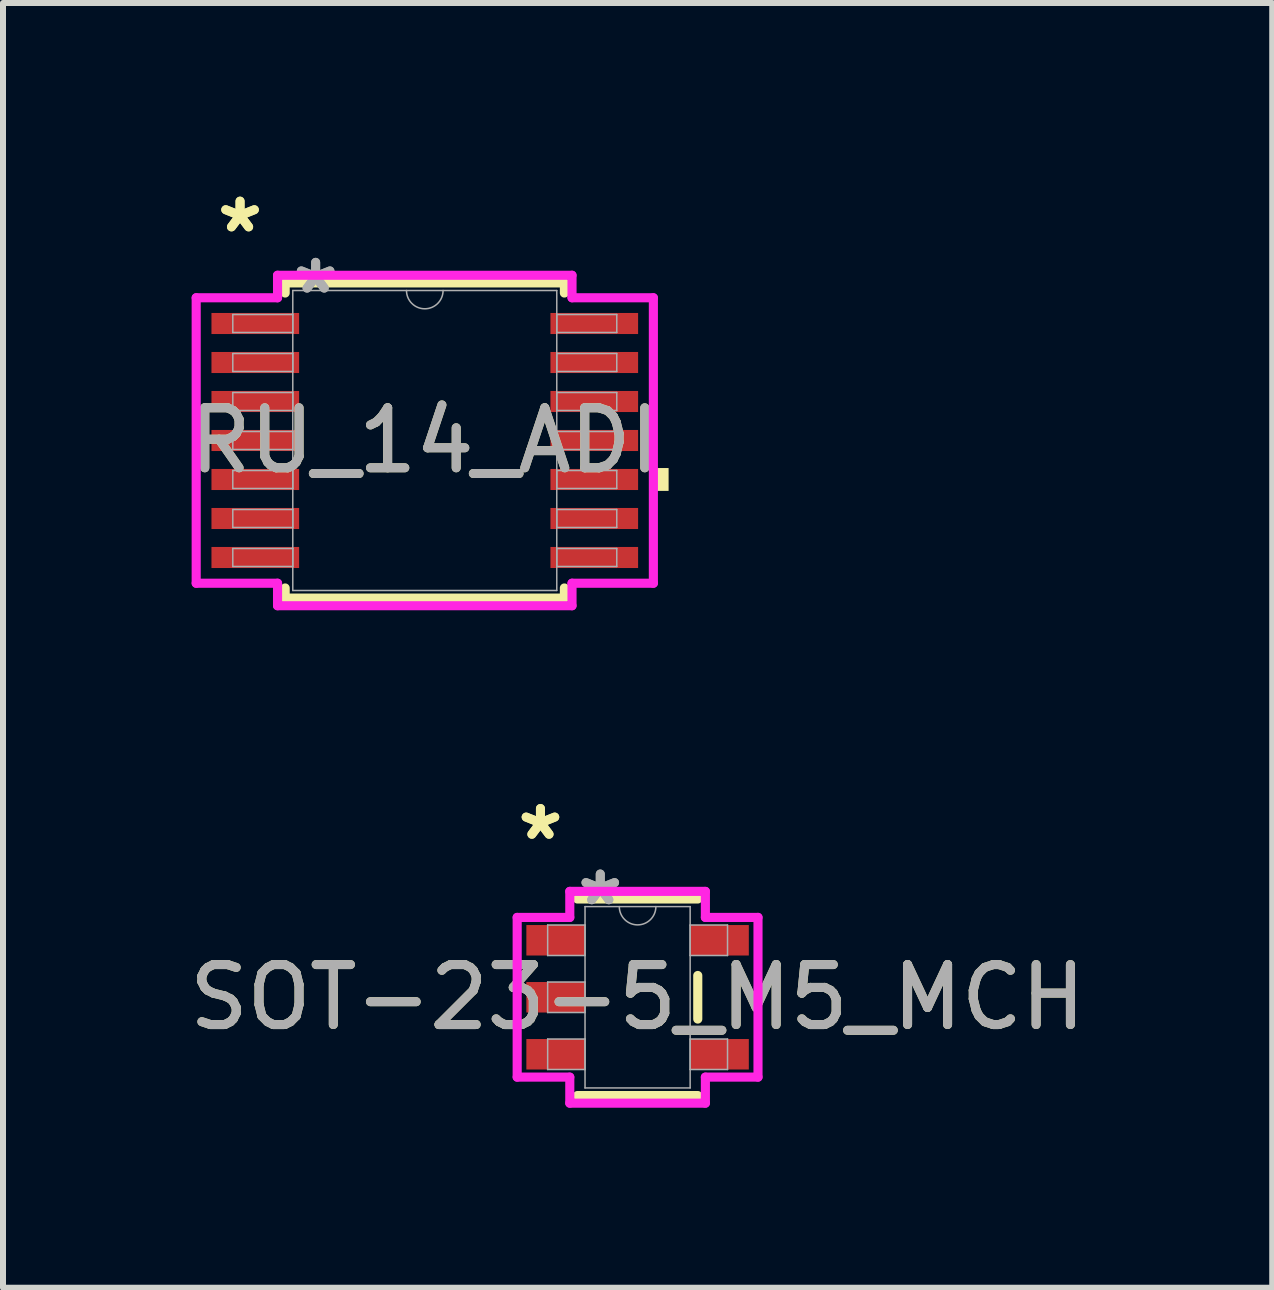
<source format=kicad_pcb>
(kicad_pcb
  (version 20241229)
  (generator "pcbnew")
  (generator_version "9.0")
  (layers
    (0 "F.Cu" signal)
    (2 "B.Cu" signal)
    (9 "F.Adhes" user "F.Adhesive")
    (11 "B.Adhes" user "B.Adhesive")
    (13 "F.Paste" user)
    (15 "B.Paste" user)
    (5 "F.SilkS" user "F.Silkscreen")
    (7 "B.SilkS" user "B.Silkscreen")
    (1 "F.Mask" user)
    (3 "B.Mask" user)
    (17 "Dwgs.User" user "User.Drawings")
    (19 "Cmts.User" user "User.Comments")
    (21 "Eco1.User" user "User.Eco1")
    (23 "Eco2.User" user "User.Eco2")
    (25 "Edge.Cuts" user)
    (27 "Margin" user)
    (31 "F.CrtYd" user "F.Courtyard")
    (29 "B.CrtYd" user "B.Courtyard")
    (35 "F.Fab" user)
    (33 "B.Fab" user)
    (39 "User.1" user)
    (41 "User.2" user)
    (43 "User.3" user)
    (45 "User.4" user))
  (footprint "SOT-23-5_M5_MCH"
    (layer "F.Cu")
    (at 7.577 13.572)
    (property "Reference" "SOT-23-5_M5_MCH" (at 0 0 0) (unlocked yes) (layer "F.SilkS") (effects (font (size 1 1) (thickness 0.15))))
    (attr smd)
    (fp_line (start -1.003 1.638) (end 1.003 1.638) (stroke (width 0.152) (type solid)) (layer "F.SilkS"))
    (fp_line (start 1.003 -1.638) (end -1.003 -1.638) (stroke (width 0.152) (type solid)) (layer "F.SilkS"))
    (fp_line (start 1.003 0.363) (end 1.003 -0.363) (stroke (width 0.152) (type solid)) (layer "F.SilkS"))
    (fp_line (start -2.007 -1.331) (end -1.13 -1.331) (stroke (width 0.152) (type solid)) (layer "F.CrtYd"))
    (fp_line (start -2.007 1.331) (end -2.007 -1.331) (stroke (width 0.152) (type solid)) (layer "F.CrtYd"))
    (fp_line (start -1.13 -1.765) (end 1.13 -1.765) (stroke (width 0.152) (type solid)) (layer "F.CrtYd"))
    (fp_line (start -1.13 -1.331) (end -1.13 -1.765) (stroke (width 0.152) (type solid)) (layer "F.CrtYd"))
    (fp_line (start -1.13 1.331) (end -2.007 1.331) (stroke (width 0.152) (type solid)) (layer "F.CrtYd"))
    (fp_line (start -1.13 1.765) (end -1.13 1.331) (stroke (width 0.152) (type solid)) (layer "F.CrtYd"))
    (fp_line (start 1.13 -1.765) (end 1.13 -1.331) (stroke (width 0.152) (type solid)) (layer "F.CrtYd"))
    (fp_line (start 1.13 -1.331) (end 2.007 -1.331) (stroke (width 0.152) (type solid)) (layer "F.CrtYd"))
    (fp_line (start 1.13 1.331) (end 1.13 1.765) (stroke (width 0.152) (type solid)) (layer "F.CrtYd"))
    (fp_line (start 1.13 1.765) (end -1.13 1.765) (stroke (width 0.152) (type solid)) (layer "F.CrtYd"))
    (fp_line (start 2.007 -1.331) (end 2.007 1.331) (stroke (width 0.152) (type solid)) (layer "F.CrtYd"))
    (fp_line (start 2.007 1.331) (end 1.13 1.331) (stroke (width 0.152) (type solid)) (layer "F.CrtYd"))
    (fp_line (start -1.499 -1.204) (end -1.499 -0.696) (stroke (width 0.025) (type solid)) (layer "F.Fab"))
    (fp_line (start -1.499 -0.696) (end -0.876 -0.696) (stroke (width 0.025) (type solid)) (layer "F.Fab"))
    (fp_line (start -1.499 -0.254) (end -1.499 0.254) (stroke (width 0.025) (type solid)) (layer "F.Fab"))
    (fp_line (start -1.499 0.254) (end -0.876 0.254) (stroke (width 0.025) (type solid)) (layer "F.Fab"))
    (fp_line (start -1.499 0.696) (end -1.499 1.204) (stroke (width 0.025) (type solid)) (layer "F.Fab"))
    (fp_line (start -1.499 1.204) (end -0.876 1.204) (stroke (width 0.025) (type solid)) (layer "F.Fab"))
    (fp_line (start -0.876 -1.511) (end -0.876 1.511) (stroke (width 0.025) (type solid)) (layer "F.Fab"))
    (fp_line (start -0.876 -1.204) (end -1.499 -1.204) (stroke (width 0.025) (type solid)) (layer "F.Fab"))
    (fp_line (start -0.876 -0.696) (end -0.876 -1.204) (stroke (width 0.025) (type solid)) (layer "F.Fab"))
    (fp_line (start -0.876 -0.254) (end -1.499 -0.254) (stroke (width 0.025) (type solid)) (layer "F.Fab"))
    (fp_line (start -0.876 0.254) (end -0.876 -0.254) (stroke (width 0.025) (type solid)) (layer "F.Fab"))
    (fp_line (start -0.876 0.696) (end -1.499 0.696) (stroke (width 0.025) (type solid)) (layer "F.Fab"))
    (fp_line (start -0.876 1.204) (end -0.876 0.696) (stroke (width 0.025) (type solid)) (layer "F.Fab"))
    (fp_line (start -0.876 1.511) (end 0.876 1.511) (stroke (width 0.025) (type solid)) (layer "F.Fab"))
    (fp_line (start 0.876 -1.511) (end -0.876 -1.511) (stroke (width 0.025) (type solid)) (layer "F.Fab"))
    (fp_line (start 0.876 -1.204) (end 0.876 -0.696) (stroke (width 0.025) (type solid)) (layer "F.Fab"))
    (fp_line (start 0.876 -0.696) (end 1.499 -0.696) (stroke (width 0.025) (type solid)) (layer "F.Fab"))
    (fp_line (start 0.876 0.696) (end 0.876 1.204) (stroke (width 0.025) (type solid)) (layer "F.Fab"))
    (fp_line (start 0.876 1.204) (end 1.499 1.204) (stroke (width 0.025) (type solid)) (layer "F.Fab"))
    (fp_line (start 0.876 1.511) (end 0.876 -1.511) (stroke (width 0.025) (type solid)) (layer "F.Fab"))
    (fp_line (start 1.499 -1.204) (end 0.876 -1.204) (stroke (width 0.025) (type solid)) (layer "F.Fab"))
    (fp_line (start 1.499 -0.696) (end 1.499 -1.204) (stroke (width 0.025) (type solid)) (layer "F.Fab"))
    (fp_line (start 1.499 0.696) (end 0.876 0.696) (stroke (width 0.025) (type solid)) (layer "F.Fab"))
    (fp_line (start 1.499 1.204) (end 1.499 0.696) (stroke (width 0.025) (type solid)) (layer "F.Fab"))
    (fp_arc (start 0.3048 -1.5113) (mid 0 -1.2065) (end -0.3048 -1.5113) (stroke (width 0.0254) (type solid)) (layer "F.Fab"))
    (fp_text user "*" (at -1.619 -2.601 0) (unlocked yes) (layer "F.SilkS") (effects (font (size 1 1) (thickness 0.15))))
    (fp_text user "*" (at -1.619 -2.601 0) (layer "F.SilkS") (effects (font (size 1 1) (thickness 0.15))))
    (fp_text user "*" (at -0.622 -1.509 0) (layer "F.Fab") (effects (font (size 1 1) (thickness 0.15))))
    (fp_text user "*" (at -0.622 -1.509 0) (unlocked yes) (layer "F.Fab") (effects (font (size 1 1) (thickness 0.15))))
    (fp_text user "${REFERENCE}" (at 0 0 0) (unlocked yes) (layer "F.Fab") (effects (font (size 1 1) (thickness 0.15))))
    (pad "1" smd rect (at -1.365 -0.95) (size 0.978 0.508) (layers "F.Cu" "F.Mask" "F.Paste"))
    (pad "2" smd rect (at -1.365 0) (size 0.978 0.508) (layers "F.Cu" "F.Mask" "F.Paste"))
    (pad "3" smd rect (at -1.365 0.95) (size 0.978 0.508) (layers "F.Cu" "F.Mask" "F.Paste"))
    (pad "4" smd rect (at 1.365 0.95) (size 0.978 0.508) (layers "F.Cu" "F.Mask" "F.Paste"))
    (pad "5" smd rect (at 1.365 -0.95) (size 0.978 0.508) (layers "F.Cu" "F.Mask" "F.Paste")))
  (footprint "RU_14_ADI"
    (layer "F.Cu")
    (at 4.03 4.292)
    (property "Reference" "RU_14_ADI" (at 0 0 0) (unlocked yes) (layer "F.SilkS") (effects (font (size 1 1) (thickness 0.15))))
    (attr smd)
    (fp_line (start -2.327 -2.627) (end -2.327 -2.458) (stroke (width 0.152) (type solid)) (layer "F.SilkS"))
    (fp_line (start -2.327 2.458) (end -2.327 2.627) (stroke (width 0.152) (type solid)) (layer "F.SilkS"))
    (fp_line (start -2.327 2.627) (end 2.327 2.627) (stroke (width 0.152) (type solid)) (layer "F.SilkS"))
    (fp_line (start 2.327 -2.627) (end -2.327 -2.627) (stroke (width 0.152) (type solid)) (layer "F.SilkS"))
    (fp_line (start 2.327 -2.458) (end 2.327 -2.627) (stroke (width 0.152) (type solid)) (layer "F.SilkS"))
    (fp_line (start 2.327 2.627) (end 2.327 2.458) (stroke (width 0.152) (type solid)) (layer "F.SilkS"))
    (fp_poly (pts (xy 4.064 0.459) (xy 4.064 0.84) (xy 3.81 0.84) (xy 3.81 0.459)) (stroke (width 0) (type solid)) (fill yes) (layer "F.SilkS"))
    (fp_line (start -3.81 -2.379) (end -2.454 -2.379) (stroke (width 0.152) (type solid)) (layer "F.CrtYd"))
    (fp_line (start -3.81 2.379) (end -3.81 -2.379) (stroke (width 0.152) (type solid)) (layer "F.CrtYd"))
    (fp_line (start -3.81 2.379) (end -2.454 2.379) (stroke (width 0.152) (type solid)) (layer "F.CrtYd"))
    (fp_line (start -2.454 -2.754) (end 2.454 -2.754) (stroke (width 0.152) (type solid)) (layer "F.CrtYd"))
    (fp_line (start -2.454 -2.379) (end -2.454 -2.754) (stroke (width 0.152) (type solid)) (layer "F.CrtYd"))
    (fp_line (start -2.454 2.754) (end -2.454 2.379) (stroke (width 0.152) (type solid)) (layer "F.CrtYd"))
    (fp_line (start 2.454 -2.754) (end 2.454 -2.379) (stroke (width 0.152) (type solid)) (layer "F.CrtYd"))
    (fp_line (start 2.454 2.379) (end 2.454 2.754) (stroke (width 0.152) (type solid)) (layer "F.CrtYd"))
    (fp_line (start 2.454 2.754) (end -2.454 2.754) (stroke (width 0.152) (type solid)) (layer "F.CrtYd"))
    (fp_line (start 3.81 -2.379) (end 2.454 -2.379) (stroke (width 0.152) (type solid)) (layer "F.CrtYd"))
    (fp_line (start 3.81 -2.379) (end 3.81 2.379) (stroke (width 0.152) (type solid)) (layer "F.CrtYd"))
    (fp_line (start 3.81 2.379) (end 2.454 2.379) (stroke (width 0.152) (type solid)) (layer "F.CrtYd"))
    (fp_line (start -3.2 -2.1) (end -3.2 -1.8) (stroke (width 0.025) (type solid)) (layer "F.Fab"))
    (fp_line (start -3.2 -1.8) (end -2.2 -1.8) (stroke (width 0.025) (type solid)) (layer "F.Fab"))
    (fp_line (start -3.2 -1.45) (end -3.2 -1.15) (stroke (width 0.025) (type solid)) (layer "F.Fab"))
    (fp_line (start -3.2 -1.15) (end -2.2 -1.15) (stroke (width 0.025) (type solid)) (layer "F.Fab"))
    (fp_line (start -3.2 -0.8) (end -3.2 -0.5) (stroke (width 0.025) (type solid)) (layer "F.Fab"))
    (fp_line (start -3.2 -0.5) (end -2.2 -0.5) (stroke (width 0.025) (type solid)) (layer "F.Fab"))
    (fp_line (start -3.2 -0.15) (end -3.2 0.15) (stroke (width 0.025) (type solid)) (layer "F.Fab"))
    (fp_line (start -3.2 0.15) (end -2.2 0.15) (stroke (width 0.025) (type solid)) (layer "F.Fab"))
    (fp_line (start -3.2 0.5) (end -3.2 0.8) (stroke (width 0.025) (type solid)) (layer "F.Fab"))
    (fp_line (start -3.2 0.8) (end -2.2 0.8) (stroke (width 0.025) (type solid)) (layer "F.Fab"))
    (fp_line (start -3.2 1.15) (end -3.2 1.45) (stroke (width 0.025) (type solid)) (layer "F.Fab"))
    (fp_line (start -3.2 1.45) (end -2.2 1.45) (stroke (width 0.025) (type solid)) (layer "F.Fab"))
    (fp_line (start -3.2 1.8) (end -3.2 2.1) (stroke (width 0.025) (type solid)) (layer "F.Fab"))
    (fp_line (start -3.2 2.1) (end -2.2 2.1) (stroke (width 0.025) (type solid)) (layer "F.Fab"))
    (fp_line (start -2.2 -2.5) (end -2.2 2.5) (stroke (width 0.025) (type solid)) (layer "F.Fab"))
    (fp_line (start -2.2 -2.1) (end -3.2 -2.1) (stroke (width 0.025) (type solid)) (layer "F.Fab"))
    (fp_line (start -2.2 -1.8) (end -2.2 -2.1) (stroke (width 0.025) (type solid)) (layer "F.Fab"))
    (fp_line (start -2.2 -1.45) (end -3.2 -1.45) (stroke (width 0.025) (type solid)) (layer "F.Fab"))
    (fp_line (start -2.2 -1.15) (end -2.2 -1.45) (stroke (width 0.025) (type solid)) (layer "F.Fab"))
    (fp_line (start -2.2 -0.8) (end -3.2 -0.8) (stroke (width 0.025) (type solid)) (layer "F.Fab"))
    (fp_line (start -2.2 -0.5) (end -2.2 -0.8) (stroke (width 0.025) (type solid)) (layer "F.Fab"))
    (fp_line (start -2.2 -0.15) (end -3.2 -0.15) (stroke (width 0.025) (type solid)) (layer "F.Fab"))
    (fp_line (start -2.2 0.15) (end -2.2 -0.15) (stroke (width 0.025) (type solid)) (layer "F.Fab"))
    (fp_line (start -2.2 0.5) (end -3.2 0.5) (stroke (width 0.025) (type solid)) (layer "F.Fab"))
    (fp_line (start -2.2 0.8) (end -2.2 0.5) (stroke (width 0.025) (type solid)) (layer "F.Fab"))
    (fp_line (start -2.2 1.15) (end -3.2 1.15) (stroke (width 0.025) (type solid)) (layer "F.Fab"))
    (fp_line (start -2.2 1.45) (end -2.2 1.15) (stroke (width 0.025) (type solid)) (layer "F.Fab"))
    (fp_line (start -2.2 1.8) (end -3.2 1.8) (stroke (width 0.025) (type solid)) (layer "F.Fab"))
    (fp_line (start -2.2 2.1) (end -2.2 1.8) (stroke (width 0.025) (type solid)) (layer "F.Fab"))
    (fp_line (start -2.2 2.5) (end 2.2 2.5) (stroke (width 0.025) (type solid)) (layer "F.Fab"))
    (fp_line (start 2.2 -2.5) (end -2.2 -2.5) (stroke (width 0.025) (type solid)) (layer "F.Fab"))
    (fp_line (start 2.2 -2.1) (end 2.2 -1.8) (stroke (width 0.025) (type solid)) (layer "F.Fab"))
    (fp_line (start 2.2 -1.8) (end 3.2 -1.8) (stroke (width 0.025) (type solid)) (layer "F.Fab"))
    (fp_line (start 2.2 -1.45) (end 2.2 -1.15) (stroke (width 0.025) (type solid)) (layer "F.Fab"))
    (fp_line (start 2.2 -1.15) (end 3.2 -1.15) (stroke (width 0.025) (type solid)) (layer "F.Fab"))
    (fp_line (start 2.2 -0.8) (end 2.2 -0.5) (stroke (width 0.025) (type solid)) (layer "F.Fab"))
    (fp_line (start 2.2 -0.5) (end 3.2 -0.5) (stroke (width 0.025) (type solid)) (layer "F.Fab"))
    (fp_line (start 2.2 -0.15) (end 2.2 0.15) (stroke (width 0.025) (type solid)) (layer "F.Fab"))
    (fp_line (start 2.2 0.15) (end 3.2 0.15) (stroke (width 0.025) (type solid)) (layer "F.Fab"))
    (fp_line (start 2.2 0.5) (end 2.2 0.8) (stroke (width 0.025) (type solid)) (layer "F.Fab"))
    (fp_line (start 2.2 0.8) (end 3.2 0.8) (stroke (width 0.025) (type solid)) (layer "F.Fab"))
    (fp_line (start 2.2 1.15) (end 2.2 1.45) (stroke (width 0.025) (type solid)) (layer "F.Fab"))
    (fp_line (start 2.2 1.45) (end 3.2 1.45) (stroke (width 0.025) (type solid)) (layer "F.Fab"))
    (fp_line (start 2.2 1.8) (end 2.2 2.1) (stroke (width 0.025) (type solid)) (layer "F.Fab"))
    (fp_line (start 2.2 2.1) (end 3.2 2.1) (stroke (width 0.025) (type solid)) (layer "F.Fab"))
    (fp_line (start 2.2 2.5) (end 2.2 -2.5) (stroke (width 0.025) (type solid)) (layer "F.Fab"))
    (fp_line (start 3.2 -2.1) (end 2.2 -2.1) (stroke (width 0.025) (type solid)) (layer "F.Fab"))
    (fp_line (start 3.2 -1.8) (end 3.2 -2.1) (stroke (width 0.025) (type solid)) (layer "F.Fab"))
    (fp_line (start 3.2 -1.45) (end 2.2 -1.45) (stroke (width 0.025) (type solid)) (layer "F.Fab"))
    (fp_line (start 3.2 -1.15) (end 3.2 -1.45) (stroke (width 0.025) (type solid)) (layer "F.Fab"))
    (fp_line (start 3.2 -0.8) (end 2.2 -0.8) (stroke (width 0.025) (type solid)) (layer "F.Fab"))
    (fp_line (start 3.2 -0.5) (end 3.2 -0.8) (stroke (width 0.025) (type solid)) (layer "F.Fab"))
    (fp_line (start 3.2 -0.15) (end 2.2 -0.15) (stroke (width 0.025) (type solid)) (layer "F.Fab"))
    (fp_line (start 3.2 0.15) (end 3.2 -0.15) (stroke (width 0.025) (type solid)) (layer "F.Fab"))
    (fp_line (start 3.2 0.5) (end 2.2 0.5) (stroke (width 0.025) (type solid)) (layer "F.Fab"))
    (fp_line (start 3.2 0.8) (end 3.2 0.5) (stroke (width 0.025) (type solid)) (layer "F.Fab"))
    (fp_line (start 3.2 1.15) (end 2.2 1.15) (stroke (width 0.025) (type solid)) (layer "F.Fab"))
    (fp_line (start 3.2 1.45) (end 3.2 1.15) (stroke (width 0.025) (type solid)) (layer "F.Fab"))
    (fp_line (start 3.2 1.8) (end 2.2 1.8) (stroke (width 0.025) (type solid)) (layer "F.Fab"))
    (fp_line (start 3.2 2.1) (end 3.2 1.8) (stroke (width 0.025) (type solid)) (layer "F.Fab"))
    (fp_arc (start 0.3048 -2.5) (mid 0 -2.1952) (end -0.3048 -2.5) (stroke (width 0.0254) (type solid)) (layer "F.Fab"))
    (fp_text user "*" (at -3.079 -3.444 0) (unlocked yes) (layer "F.SilkS") (effects (font (size 1 1) (thickness 0.15))))
    (fp_text user "*" (at -3.079 -3.444 0) (layer "F.SilkS") (effects (font (size 1 1) (thickness 0.15))))
    (fp_text user "*" (at -1.819 -2.424 0) (layer "F.Fab") (effects (font (size 1 1) (thickness 0.15))))
    (fp_text user "*" (at -1.819 -2.424 0) (unlocked yes) (layer "F.Fab") (effects (font (size 1 1) (thickness 0.15))))
    (fp_text user "${REFERENCE}" (at 0 0 0) (unlocked yes) (layer "F.Fab") (effects (font (size 1 1) (thickness 0.15))))
    (pad "1" smd rect (at -2.825 -1.95) (size 1.461 0.351) (layers "F.Cu" "F.Mask" "F.Paste"))
    (pad "2" smd rect (at -2.825 -1.3) (size 1.461 0.351) (layers "F.Cu" "F.Mask" "F.Paste"))
    (pad "3" smd rect (at -2.825 -0.65) (size 1.461 0.351) (layers "F.Cu" "F.Mask" "F.Paste"))
    (pad "4" smd rect (at -2.825 0) (size 1.461 0.351) (layers "F.Cu" "F.Mask" "F.Paste"))
    (pad "5" smd rect (at -2.825 0.65) (size 1.461 0.351) (layers "F.Cu" "F.Mask" "F.Paste"))
    (pad "6" smd rect (at -2.825 1.3) (size 1.461 0.351) (layers "F.Cu" "F.Mask" "F.Paste"))
    (pad "7" smd rect (at -2.825 1.95) (size 1.461 0.351) (layers "F.Cu" "F.Mask" "F.Paste"))
    (pad "8" smd rect (at 2.825 1.95) (size 1.461 0.351) (layers "F.Cu" "F.Mask" "F.Paste"))
    (pad "9" smd rect (at 2.825 1.3) (size 1.461 0.351) (layers "F.Cu" "F.Mask" "F.Paste"))
    (pad "10" smd rect (at 2.825 0.65) (size 1.461 0.351) (layers "F.Cu" "F.Mask" "F.Paste"))
    (pad "11" smd rect (at 2.825 0) (size 1.461 0.351) (layers "F.Cu" "F.Mask" "F.Paste"))
    (pad "12" smd rect (at 2.825 -0.65) (size 1.461 0.351) (layers "F.Cu" "F.Mask" "F.Paste"))
    (pad "13" smd rect (at 2.825 -1.3) (size 1.461 0.351) (layers "F.Cu" "F.Mask" "F.Paste"))
    (pad "14" smd rect (at 2.825 -1.95) (size 1.461 0.351) (layers "F.Cu" "F.Mask" "F.Paste")))
  (gr_rect
    (start -3 -3)
    (end 18.155 18.413)
    (stroke (width 0.1) (type default))
    (fill no)
    (layer "Edge.Cuts")))
</source>
